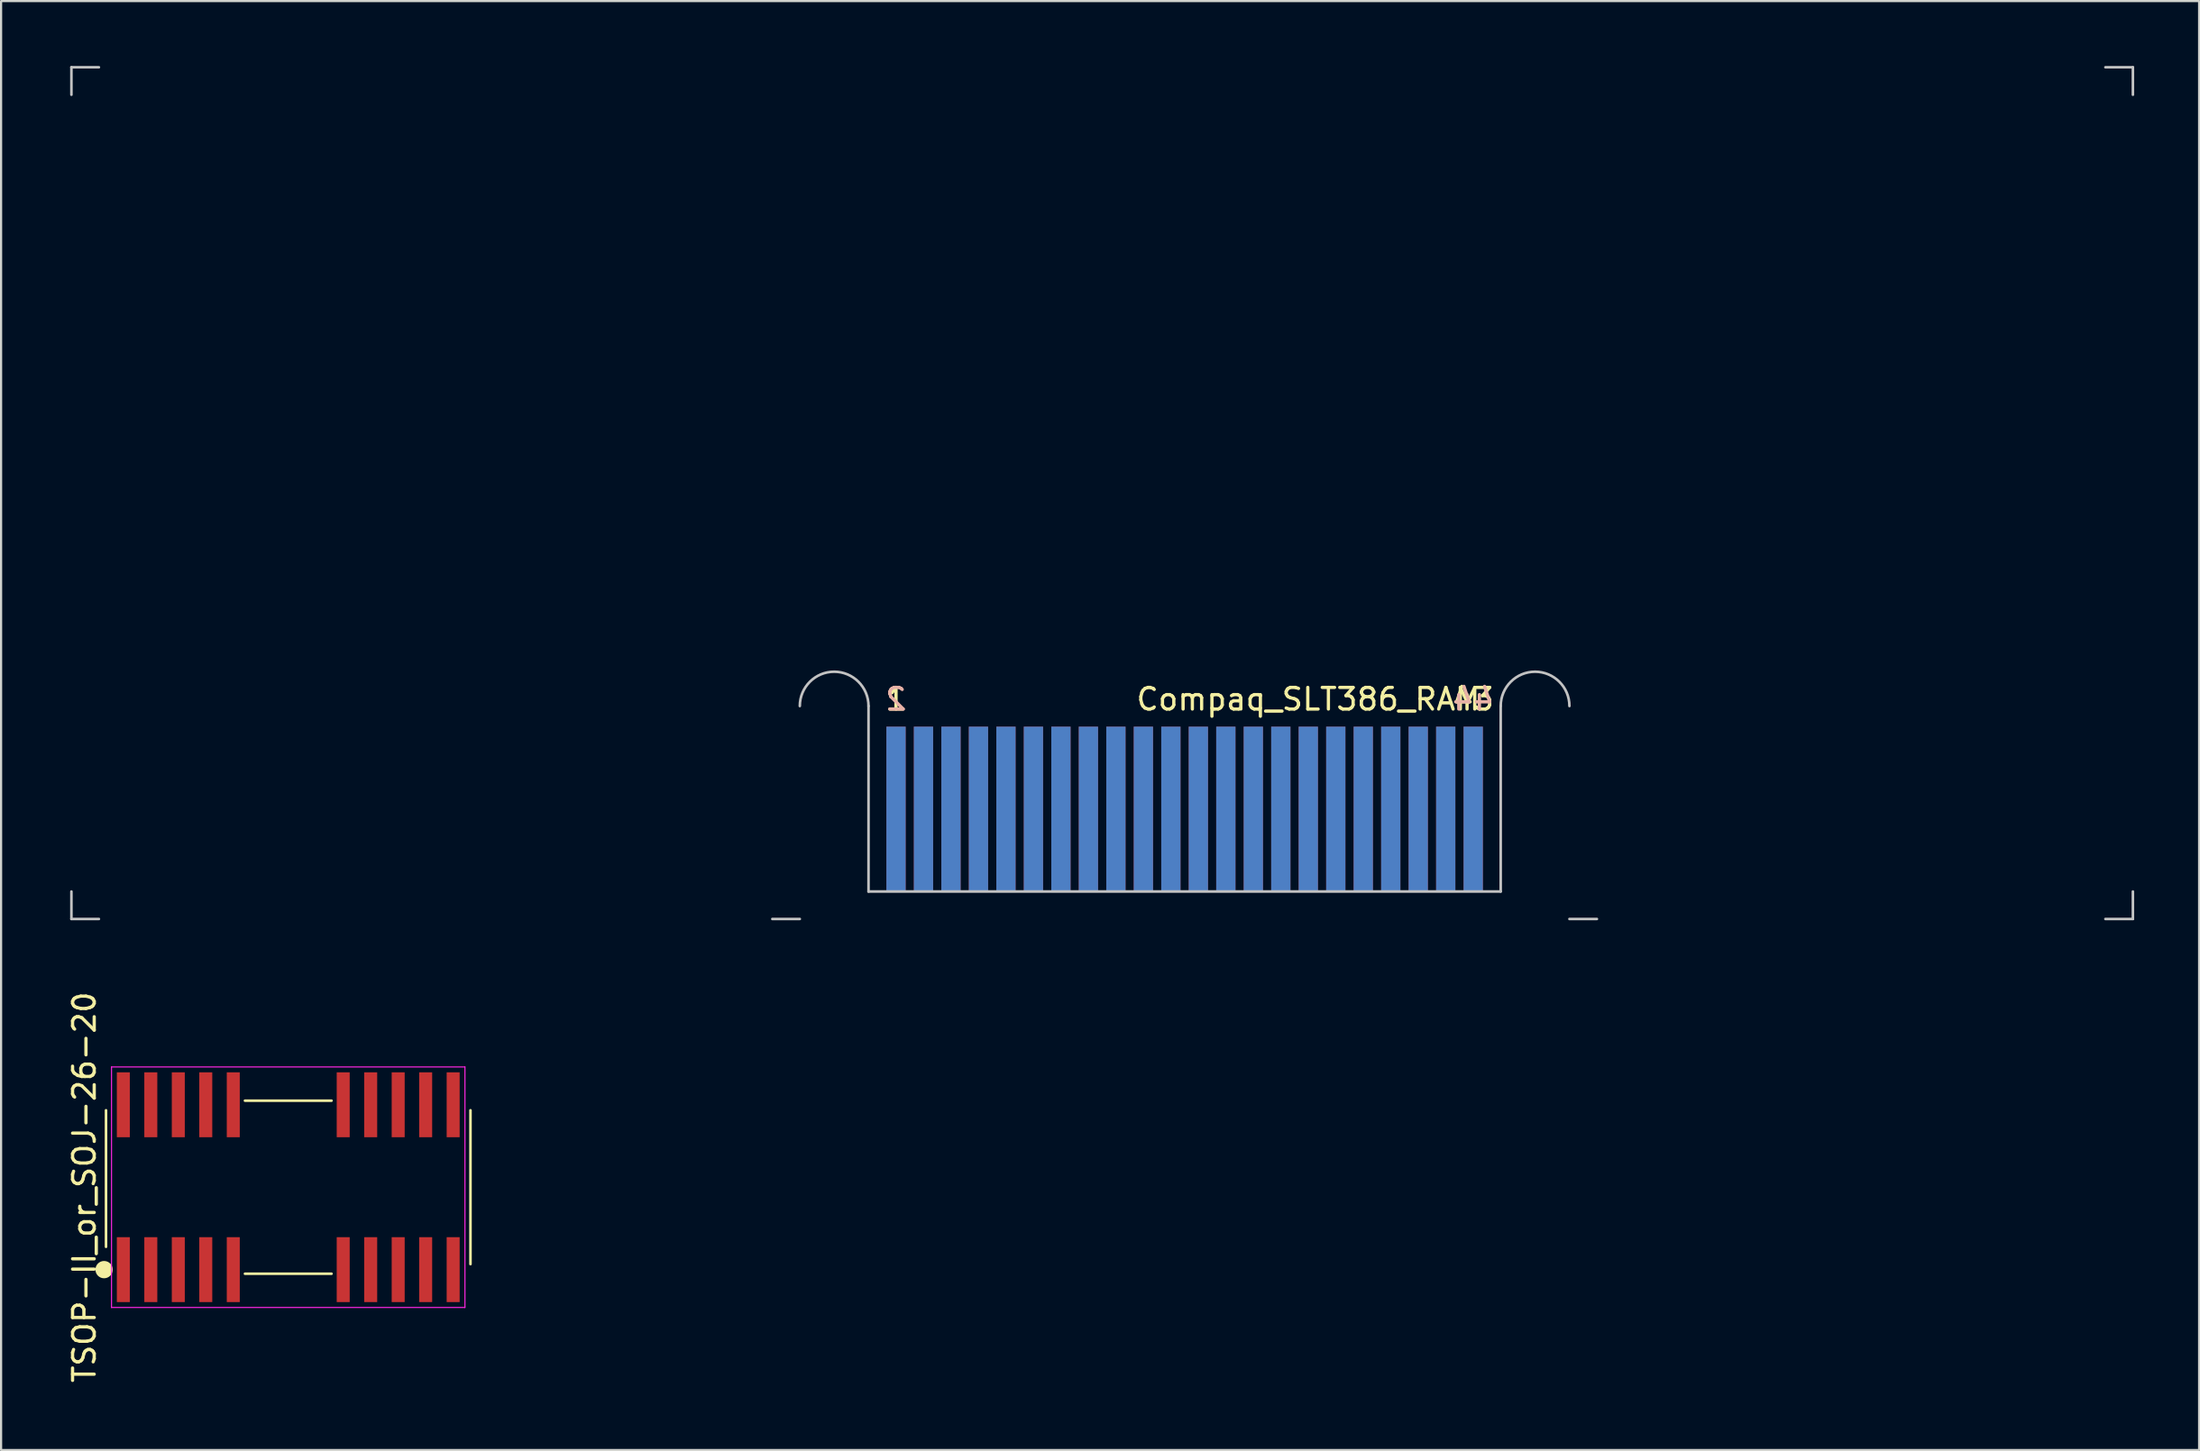
<source format=kicad_pcb>
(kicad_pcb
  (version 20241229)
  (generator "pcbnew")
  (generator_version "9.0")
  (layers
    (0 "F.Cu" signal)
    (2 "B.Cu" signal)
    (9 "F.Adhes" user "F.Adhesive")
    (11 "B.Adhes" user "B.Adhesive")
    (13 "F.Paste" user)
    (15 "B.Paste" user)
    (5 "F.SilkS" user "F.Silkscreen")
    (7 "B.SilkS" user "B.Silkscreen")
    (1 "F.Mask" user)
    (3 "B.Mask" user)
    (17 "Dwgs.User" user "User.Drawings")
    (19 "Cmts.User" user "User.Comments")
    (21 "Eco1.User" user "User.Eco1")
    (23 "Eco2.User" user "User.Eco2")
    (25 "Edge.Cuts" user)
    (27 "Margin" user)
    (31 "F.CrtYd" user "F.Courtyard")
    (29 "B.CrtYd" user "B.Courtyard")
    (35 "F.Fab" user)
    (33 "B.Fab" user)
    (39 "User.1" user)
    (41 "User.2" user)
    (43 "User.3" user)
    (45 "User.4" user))
  (footprint "Compaq_SLT386_RAM"
    (layer "F.Cu")
    (at 0.25 39.43)
    (property "Reference" "Compaq_SLT386_RAM" (at 57.15 -10.16 0) (layer "F.SilkS") (effects (font (size 1 1) (thickness 0.15))))
    (attr through_hole)
    (fp_line (start 0 -39.37) (end 1.27 -39.37) (stroke (width 0.12) (type solid)) (layer "Dwgs.User"))
    (fp_line (start 0 -38.1) (end 0 -39.37) (stroke (width 0.12) (type solid)) (layer "Dwgs.User"))
    (fp_line (start 0 0) (end 0 -1.27) (stroke (width 0.12) (type solid)) (layer "Dwgs.User"))
    (fp_line (start 0 0) (end 1.27 0) (stroke (width 0.12) (type solid)) (layer "Dwgs.User"))
    (fp_line (start 32.385 0) (end 33.655 0) (stroke (width 0.12) (type solid)) (layer "Dwgs.User"))
    (fp_line (start 36.83 -9.842) (end 36.83 -1.27) (stroke (width 0.12) (type solid)) (layer "Dwgs.User"))
    (fp_line (start 36.83 -1.27) (end 66.04 -1.27) (stroke (width 0.12) (type solid)) (layer "Dwgs.User"))
    (fp_line (start 66.04 -1.27) (end 66.04 -9.842) (stroke (width 0.12) (type solid)) (layer "Dwgs.User"))
    (fp_line (start 69.215 0) (end 70.485 0) (stroke (width 0.12) (type solid)) (layer "Dwgs.User"))
    (fp_line (start 93.98 -39.37) (end 95.25 -39.37) (stroke (width 0.12) (type solid)) (layer "Dwgs.User"))
    (fp_line (start 93.98 0) (end 95.25 0) (stroke (width 0.12) (type solid)) (layer "Dwgs.User"))
    (fp_line (start 95.25 -38.1) (end 95.25 -39.37) (stroke (width 0.12) (type solid)) (layer "Dwgs.User"))
    (fp_line (start 95.25 0) (end 95.25 -1.27) (stroke (width 0.12) (type solid)) (layer "Dwgs.User"))
    (fp_arc (start 33.655 -9.8425) (mid 35.2425 -11.43) (end 36.83 -9.8425) (stroke (width 0.12) (type solid)) (layer "Dwgs.User"))
    (fp_arc (start 66.04 -9.8425) (mid 67.6275 -11.43) (end 69.215 -9.8425) (stroke (width 0.12) (type solid)) (layer "Dwgs.User"))
    (fp_text user "43" (at 64.77 -10.16 0) (layer "F.SilkS") (effects (font (size 1 1) (thickness 0.15))))
    (fp_text user "1" (at 38.1 -10.16 0) (layer "F.SilkS") (effects (font (size 1 1) (thickness 0.15))))
    (fp_text user "2" (at 38.1 -10.16 0) (layer "B.SilkS") (effects (font (size 1 1) (thickness 0.15)) (justify mirror)))
    (fp_text user "44" (at 64.77 -10.16 0) (layer "B.SilkS") (effects (font (size 1 1) (thickness 0.15)) (justify mirror)))
    (pad "1" smd rect (at 38.1 -5.08) (size 0.889 7.62) (layers "F.Cu" "F.Mask"))
    (pad "2" smd rect (at 38.1 -5.08) (size 0.889 7.62) (layers "B.Cu" "B.Mask"))
    (pad "3" smd rect (at 39.37 -5.08) (size 0.889 7.62) (layers "F.Cu" "F.Mask"))
    (pad "4" smd rect (at 39.37 -5.08) (size 0.889 7.62) (layers "B.Cu" "B.Mask"))
    (pad "5" smd rect (at 40.64 -5.08) (size 0.889 7.62) (layers "F.Cu" "F.Mask"))
    (pad "6" smd rect (at 40.64 -5.08) (size 0.889 7.62) (layers "B.Cu" "B.Mask"))
    (pad "7" smd rect (at 41.91 -5.08) (size 0.889 7.62) (layers "F.Cu" "F.Mask"))
    (pad "8" smd rect (at 41.91 -5.08) (size 0.889 7.62) (layers "B.Cu" "B.Mask"))
    (pad "9" smd rect (at 43.18 -5.08) (size 0.889 7.62) (layers "F.Cu" "F.Mask"))
    (pad "10" smd rect (at 43.18 -5.08) (size 0.889 7.62) (layers "B.Cu" "B.Mask"))
    (pad "11" smd rect (at 44.45 -5.08) (size 0.889 7.62) (layers "F.Cu" "F.Mask"))
    (pad "12" smd rect (at 44.45 -5.08) (size 0.889 7.62) (layers "B.Cu" "B.Mask"))
    (pad "13" smd rect (at 45.72 -5.08) (size 0.889 7.62) (layers "F.Cu" "F.Mask"))
    (pad "14" smd rect (at 45.72 -5.08) (size 0.889 7.62) (layers "B.Cu" "B.Mask"))
    (pad "15" smd rect (at 46.99 -5.08) (size 0.889 7.62) (layers "F.Cu" "F.Mask"))
    (pad "16" smd rect (at 46.99 -5.08) (size 0.889 7.62) (layers "B.Cu" "B.Mask"))
    (pad "17" smd rect (at 48.26 -5.08) (size 0.889 7.62) (layers "F.Cu" "F.Mask"))
    (pad "18" smd rect (at 48.26 -5.08) (size 0.889 7.62) (layers "B.Cu" "B.Mask"))
    (pad "19" smd rect (at 49.53 -5.08) (size 0.889 7.62) (layers "F.Cu" "F.Mask"))
    (pad "20" smd rect (at 49.53 -5.08) (size 0.889 7.62) (layers "B.Cu" "B.Mask"))
    (pad "21" smd rect (at 50.8 -5.08) (size 0.889 7.62) (layers "F.Cu" "F.Mask"))
    (pad "22" smd rect (at 50.8 -5.08) (size 0.889 7.62) (layers "B.Cu" "B.Mask"))
    (pad "23" smd rect (at 52.07 -5.08) (size 0.889 7.62) (layers "F.Cu" "F.Mask"))
    (pad "24" smd rect (at 52.07 -5.08) (size 0.889 7.62) (layers "B.Cu" "B.Mask"))
    (pad "25" smd rect (at 53.34 -5.08) (size 0.889 7.62) (layers "F.Cu" "F.Mask"))
    (pad "26" smd rect (at 53.34 -5.08) (size 0.889 7.62) (layers "B.Cu" "B.Mask"))
    (pad "27" smd rect (at 54.61 -5.08) (size 0.889 7.62) (layers "F.Cu" "F.Mask"))
    (pad "28" smd rect (at 54.61 -5.08) (size 0.889 7.62) (layers "B.Cu" "B.Mask"))
    (pad "29" smd rect (at 55.88 -5.08) (size 0.889 7.62) (layers "F.Cu" "F.Mask"))
    (pad "30" smd rect (at 55.88 -5.08) (size 0.889 7.62) (layers "B.Cu" "B.Mask"))
    (pad "31" smd rect (at 57.15 -5.08) (size 0.889 7.62) (layers "F.Cu" "F.Mask"))
    (pad "32" smd rect (at 57.15 -5.08) (size 0.889 7.62) (layers "B.Cu" "B.Mask"))
    (pad "33" smd rect (at 58.42 -5.08) (size 0.889 7.62) (layers "F.Cu" "F.Mask"))
    (pad "34" smd rect (at 58.42 -5.08) (size 0.889 7.62) (layers "B.Cu" "B.Mask"))
    (pad "35" smd rect (at 59.69 -5.08) (size 0.889 7.62) (layers "F.Cu" "F.Mask"))
    (pad "36" smd rect (at 59.69 -5.08) (size 0.889 7.62) (layers "B.Cu" "B.Mask"))
    (pad "37" smd rect (at 60.96 -5.08) (size 0.889 7.62) (layers "F.Cu" "F.Mask"))
    (pad "38" smd rect (at 60.96 -5.08) (size 0.889 7.62) (layers "B.Cu" "B.Mask"))
    (pad "39" smd rect (at 62.23 -5.08) (size 0.889 7.62) (layers "F.Cu" "F.Mask"))
    (pad "40" smd rect (at 62.23 -5.08) (size 0.889 7.62) (layers "B.Cu" "B.Mask"))
    (pad "41" smd rect (at 63.5 -5.08) (size 0.889 7.62) (layers "F.Cu" "F.Mask"))
    (pad "42" smd rect (at 63.5 -5.08) (size 0.889 7.62) (layers "B.Cu" "B.Mask"))
    (pad "43" smd rect (at 64.77 -5.08) (size 0.889 7.62) (layers "F.Cu" "F.Mask"))
    (pad "44" smd rect (at 64.77 -5.08) (size 0.889 7.62) (layers "B.Cu" "B.Mask")))
  (footprint "TSOP-II_or_SOJ-26-20"
    (layer "F.Cu")
    (at 10.268 51.829)
    (property "Reference" "TSOP-II_or_SOJ-26-20" (at -9.42 0 90) (layer "F.SilkS") (effects (font (size 1 1) (thickness 0.15))))
    (attr smd)
    (fp_line (start -8.42 2.756) (end -8.42 -3.556) (stroke (width 0.12) (type solid)) (layer "F.SilkS"))
    (fp_line (start -2 -4) (end 2 -4) (stroke (width 0.12) (type solid)) (layer "F.SilkS"))
    (fp_line (start -2 4) (end 2 4) (stroke (width 0.12) (type solid)) (layer "F.SilkS"))
    (fp_line (start 8.42 -3.556) (end 8.42 3.556) (stroke (width 0.12) (type solid)) (layer "F.SilkS"))
    (fp_circle (center -8.509 3.81) (end -8.309 3.81) (stroke (width 0.4) (type solid)) (fill no) (layer "F.SilkS"))
    (fp_line (start -8.165 -5.56) (end 8.165 -5.56) (stroke (width 0.05) (type solid)) (layer "F.CrtYd"))
    (fp_line (start -8.165 5.56) (end -8.165 -5.56) (stroke (width 0.05) (type solid)) (layer "F.CrtYd"))
    (fp_line (start 8.165 -5.56) (end 8.165 5.56) (stroke (width 0.05) (type solid)) (layer "F.CrtYd"))
    (fp_line (start 8.165 5.56) (end -8.165 5.56) (stroke (width 0.05) (type solid)) (layer "F.CrtYd"))
    (pad "1" smd rect (at -7.62 3.81) (size 0.6 3) (layers "F.Cu" "F.Mask" "F.Paste"))
    (pad "2" smd rect (at -6.35 3.81) (size 0.6 3) (layers "F.Cu" "F.Mask" "F.Paste"))
    (pad "3" smd rect (at -5.08 3.81) (size 0.6 3) (layers "F.Cu" "F.Mask" "F.Paste"))
    (pad "4" smd rect (at -3.81 3.81) (size 0.6 3) (layers "F.Cu" "F.Mask" "F.Paste"))
    (pad "5" smd rect (at -2.54 3.81) (size 0.6 3) (layers "F.Cu" "F.Mask" "F.Paste"))
    (pad "6" smd rect (at 2.54 3.81) (size 0.6 3) (layers "F.Cu" "F.Mask" "F.Paste"))
    (pad "7" smd rect (at 3.81 3.81) (size 0.6 3) (layers "F.Cu" "F.Mask" "F.Paste"))
    (pad "8" smd rect (at 5.08 3.81) (size 0.6 3) (layers "F.Cu" "F.Mask" "F.Paste"))
    (pad "9" smd rect (at 6.35 3.81) (size 0.6 3) (layers "F.Cu" "F.Mask" "F.Paste"))
    (pad "10" smd rect (at 7.62 3.81) (size 0.6 3) (layers "F.Cu" "F.Mask" "F.Paste"))
    (pad "11" smd rect (at 7.62 -3.81) (size 0.6 3) (layers "F.Cu" "F.Mask" "F.Paste"))
    (pad "12" smd rect (at 6.35 -3.81) (size 0.6 3) (layers "F.Cu" "F.Mask" "F.Paste"))
    (pad "13" smd rect (at 5.08 -3.81) (size 0.6 3) (layers "F.Cu" "F.Mask" "F.Paste"))
    (pad "14" smd rect (at 3.81 -3.81) (size 0.6 3) (layers "F.Cu" "F.Mask" "F.Paste"))
    (pad "15" smd rect (at 2.54 -3.81) (size 0.6 3) (layers "F.Cu" "F.Mask" "F.Paste"))
    (pad "16" smd rect (at -2.54 -3.81) (size 0.6 3) (layers "F.Cu" "F.Mask" "F.Paste"))
    (pad "17" smd rect (at -3.81 -3.81) (size 0.6 3) (layers "F.Cu" "F.Mask" "F.Paste"))
    (pad "18" smd rect (at -5.08 -3.81) (size 0.6 3) (layers "F.Cu" "F.Mask" "F.Paste"))
    (pad "19" smd rect (at -6.35 -3.81) (size 0.6 3) (layers "F.Cu" "F.Mask" "F.Paste"))
    (pad "20" smd rect (at -7.62 -3.81) (size 0.6 3) (layers "F.Cu" "F.Mask" "F.Paste")))
  (gr_rect
    (start -3 -3)
    (end 98.56 63.978)
    (stroke (width 0.1) (type default))
    (fill no)
    (layer "Edge.Cuts")))
</source>
